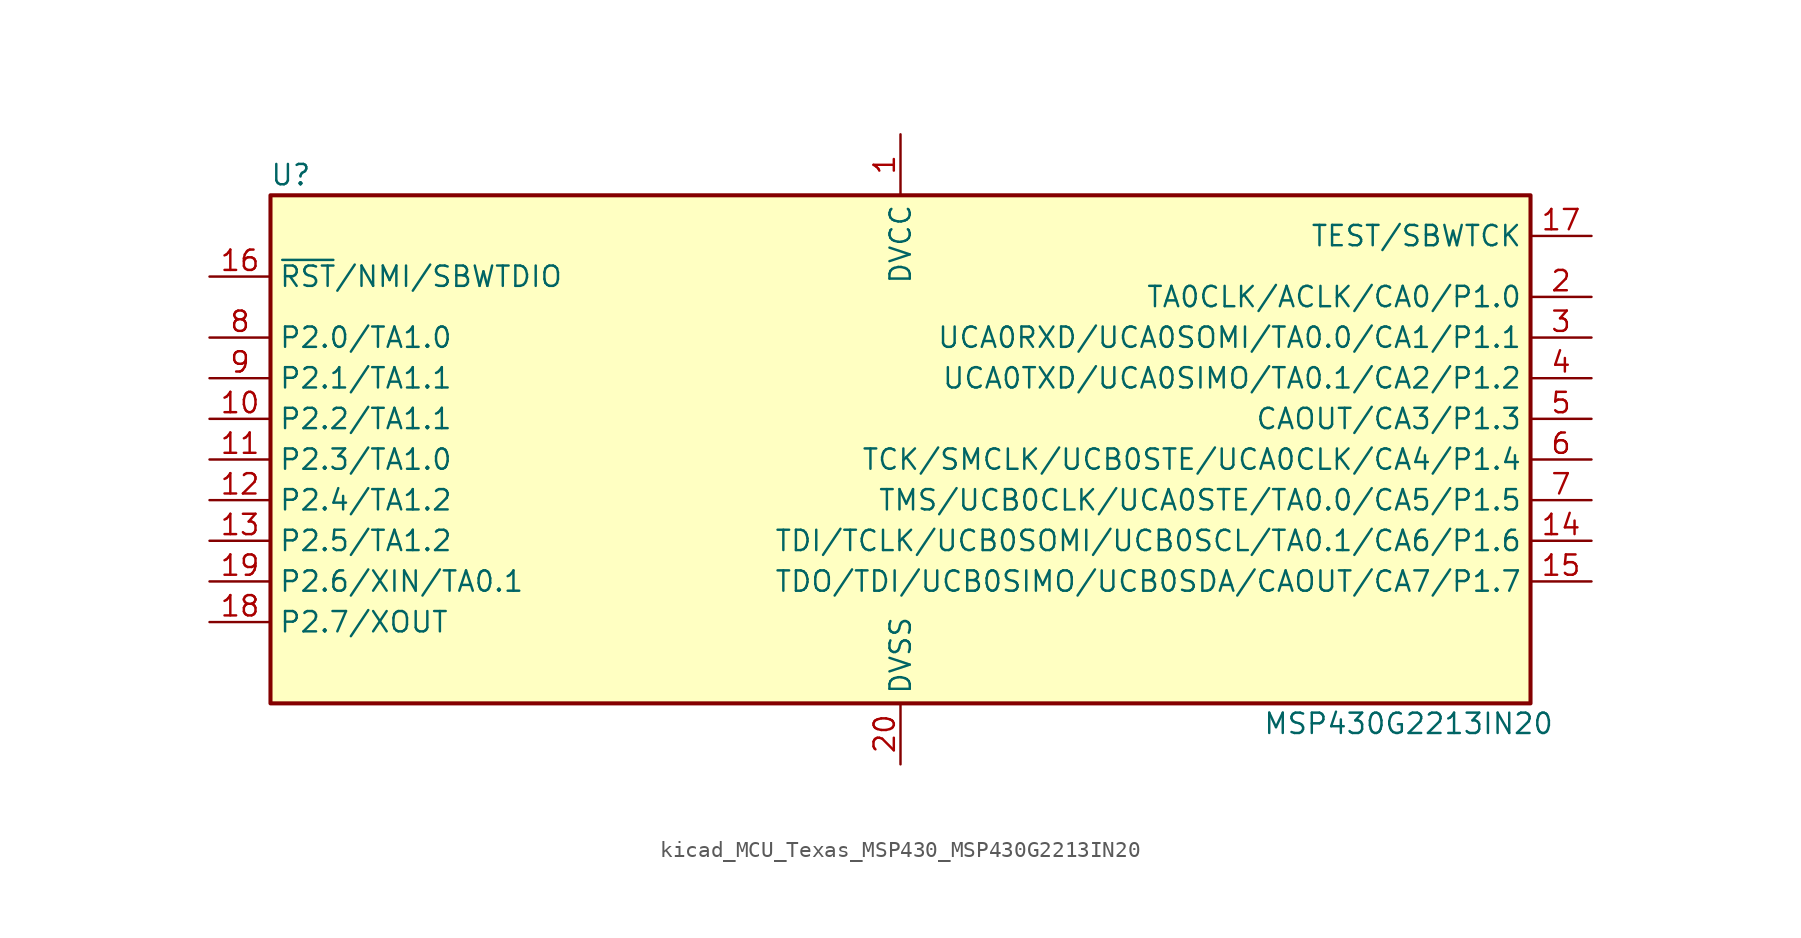
<source format=kicad_sym>
(kicad_symbol_lib
  (version 20220914)
  (generator kicad_symbol_editor)
  (symbol "kicad_MCU_Texas_MSP430_MSP430G2213IN20"
    (property "Reference" "U"
      (at -38.1 17.78 0)
      (effects (font (size 1.27 1.27))))
    (property "Value" "MSP430G2213IN20"
      (at 31.75 -16.51 0)
      (effects (font (size 1.27 1.27))))
    (symbol "kicad_MCU_Texas_MSP430_MSP430G2213IN20_0_1"
      (rectangle (start -39.37 16.51) (end 39.37 -15.24) (stroke (width 0.254) (type default)) (fill (type background))))
    (symbol "kicad_MCU_Texas_MSP430_MSP430G2213IN20_1_1"
      (pin power_in line (at 0 20.32 270) (length 3.81) (name "DVCC" (effects (font (size 1.27 1.27)))) (number "1" (effects (font (size 1.27 1.27)))))
      (pin bidirectional line (at -43.18 2.54 0) (length 3.81) (name "P2.2/TA1.1" (effects (font (size 1.27 1.27)))) (number "10" (effects (font (size 1.27 1.27)))))
      (pin bidirectional line (at -43.18 0 0) (length 3.81) (name "P2.3/TA1.0" (effects (font (size 1.27 1.27)))) (number "11" (effects (font (size 1.27 1.27)))))
      (pin bidirectional line (at -43.18 -2.54 0) (length 3.81) (name "P2.4/TA1.2" (effects (font (size 1.27 1.27)))) (number "12" (effects (font (size 1.27 1.27)))))
      (pin bidirectional line (at -43.18 -5.08 0) (length 3.81) (name "P2.5/TA1.2" (effects (font (size 1.27 1.27)))) (number "13" (effects (font (size 1.27 1.27)))))
      (pin bidirectional line (at 43.18 -5.08 180) (length 3.81) (name "TDI/TCLK/UCB0SOMI/UCB0SCL/TA0.1/CA6/P1.6" (effects (font (size 1.27 1.27)))) (number "14" (effects (font (size 1.27 1.27)))))
      (pin bidirectional line (at 43.18 -7.62 180) (length 3.81) (name "TDO/TDI/UCB0SIMO/UCB0SDA/CAOUT/CA7/P1.7" (effects (font (size 1.27 1.27)))) (number "15" (effects (font (size 1.27 1.27)))))
      (pin input line (at -43.18 11.43 0) (length 3.81) (name "~{RST}/NMI/SBWTDIO" (effects (font (size 1.27 1.27)))) (number "16" (effects (font (size 1.27 1.27)))))
      (pin input line (at 43.18 13.97 180) (length 3.81) (name "TEST/SBWTCK" (effects (font (size 1.27 1.27)))) (number "17" (effects (font (size 1.27 1.27)))))
      (pin bidirectional line (at -43.18 -10.16 0) (length 3.81) (name "P2.7/XOUT" (effects (font (size 1.27 1.27)))) (number "18" (effects (font (size 1.27 1.27)))))
      (pin bidirectional line (at -43.18 -7.62 0) (length 3.81) (name "P2.6/XIN/TA0.1" (effects (font (size 1.27 1.27)))) (number "19" (effects (font (size 1.27 1.27)))))
      (pin bidirectional line (at 43.18 10.16 180) (length 3.81) (name "TA0CLK/ACLK/CA0/P1.0" (effects (font (size 1.27 1.27)))) (number "2" (effects (font (size 1.27 1.27)))))
      (pin power_in line (at 0 -19.05 90) (length 3.81) (name "DVSS" (effects (font (size 1.27 1.27)))) (number "20" (effects (font (size 1.27 1.27)))))
      (pin bidirectional line (at 43.18 7.62 180) (length 3.81) (name "UCA0RXD/UCA0SOMI/TA0.0/CA1/P1.1" (effects (font (size 1.27 1.27)))) (number "3" (effects (font (size 1.27 1.27)))))
      (pin bidirectional line (at 43.18 5.08 180) (length 3.81) (name "UCA0TXD/UCA0SIMO/TA0.1/CA2/P1.2" (effects (font (size 1.27 1.27)))) (number "4" (effects (font (size 1.27 1.27)))))
      (pin bidirectional line (at 43.18 2.54 180) (length 3.81) (name "CAOUT/CA3/P1.3" (effects (font (size 1.27 1.27)))) (number "5" (effects (font (size 1.27 1.27)))))
      (pin bidirectional line (at 43.18 0 180) (length 3.81) (name "TCK/SMCLK/UCB0STE/UCA0CLK/CA4/P1.4" (effects (font (size 1.27 1.27)))) (number "6" (effects (font (size 1.27 1.27)))))
      (pin bidirectional line (at 43.18 -2.54 180) (length 3.81) (name "TMS/UCB0CLK/UCA0STE/TA0.0/CA5/P1.5" (effects (font (size 1.27 1.27)))) (number "7" (effects (font (size 1.27 1.27)))))
      (pin bidirectional line (at -43.18 7.62 0) (length 3.81) (name "P2.0/TA1.0" (effects (font (size 1.27 1.27)))) (number "8" (effects (font (size 1.27 1.27)))))
      (pin bidirectional line (at -43.18 5.08 0) (length 3.81) (name "P2.1/TA1.1" (effects (font (size 1.27 1.27)))) (number "9" (effects (font (size 1.27 1.27))))))))
</source>
